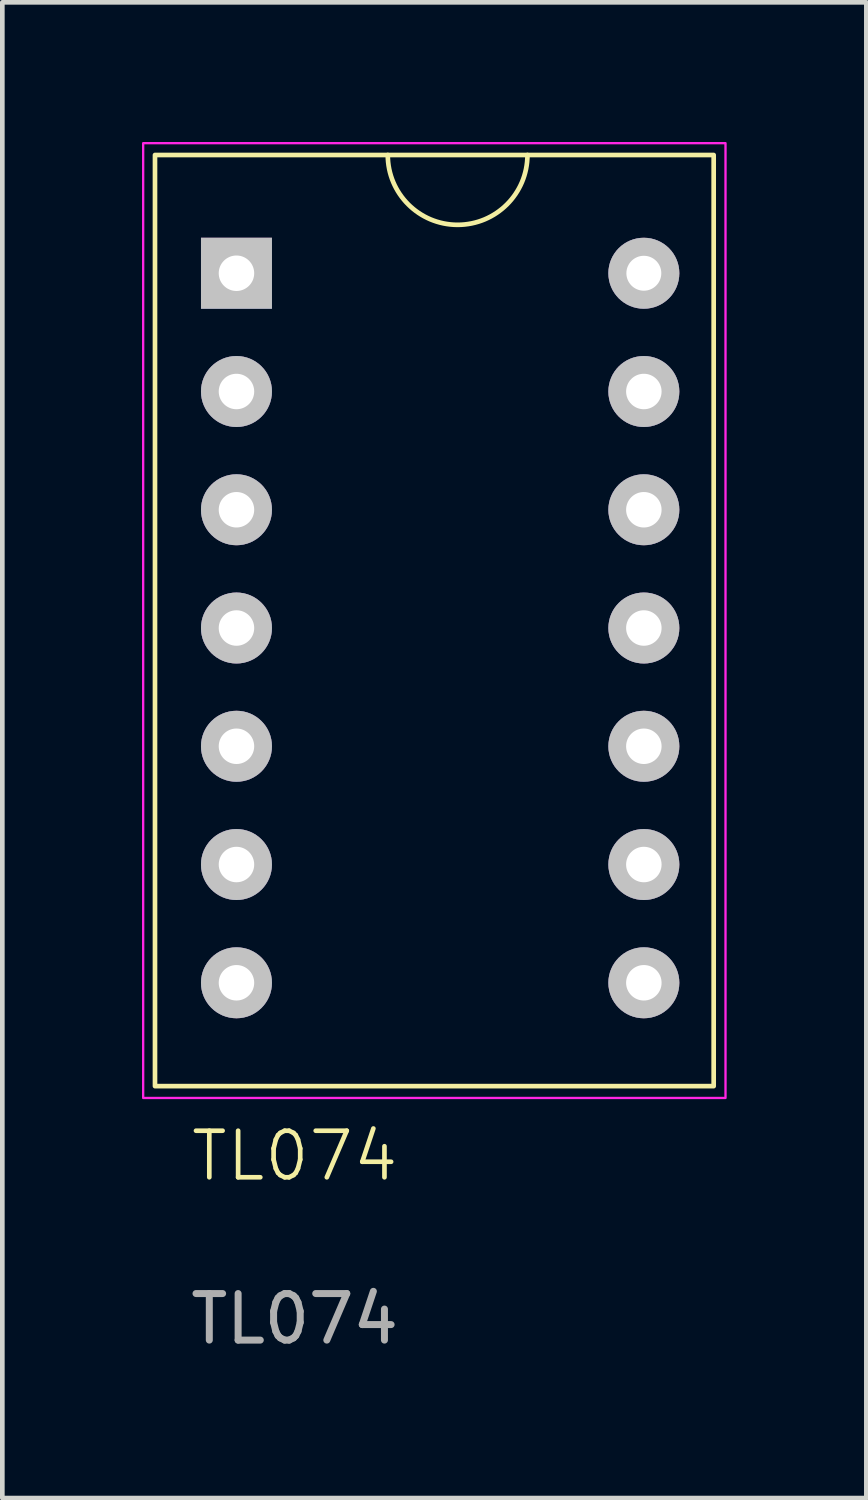
<source format=kicad_pcb>
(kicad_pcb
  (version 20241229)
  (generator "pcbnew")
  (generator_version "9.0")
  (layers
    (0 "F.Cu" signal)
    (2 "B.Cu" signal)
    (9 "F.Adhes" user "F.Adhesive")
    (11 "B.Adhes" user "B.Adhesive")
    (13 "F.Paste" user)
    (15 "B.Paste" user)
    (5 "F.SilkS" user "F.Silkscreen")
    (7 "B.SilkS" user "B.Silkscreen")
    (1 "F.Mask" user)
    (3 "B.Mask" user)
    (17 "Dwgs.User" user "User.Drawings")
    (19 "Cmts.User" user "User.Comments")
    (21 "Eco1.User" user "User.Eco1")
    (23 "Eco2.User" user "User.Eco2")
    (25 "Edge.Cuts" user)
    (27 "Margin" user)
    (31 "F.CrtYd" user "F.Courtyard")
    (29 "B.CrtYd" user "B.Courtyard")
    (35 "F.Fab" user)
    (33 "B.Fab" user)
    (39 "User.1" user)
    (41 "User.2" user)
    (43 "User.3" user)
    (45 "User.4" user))
  (footprint "TL074"
    (layer "F.Cu")
    (at 0.279 0.279)
    (property "Reference" "TL074" (at 3 21.5 0) (unlocked yes) (layer "F.SilkS") (effects (font (size 1 1) (thickness 0.1))))
    (attr through_hole)
    (fp_rect (start 0 0) (end 12 20) (stroke (width 0.1) (type default)) (fill no) (layer "F.SilkS"))
    (fp_arc (start 8 0) (mid 6.5 1.5) (end 5 0) (stroke (width 0.1) (type default)) (layer "F.SilkS"))
    (fp_rect (start -0.254 -0.254) (end 12.254 20.254) (stroke (width 0.05) (type default)) (fill no) (layer "F.CrtYd"))
    (fp_text user "${REFERENCE}" (at 3 25 0) (unlocked yes) (layer "F.Fab") (effects (font (size 1 1) (thickness 0.15))))
    (pad "1" thru_hole rect (at 1.75 2.54) (size 1.524 1.524) (drill 0.762) (layers "*.Cu" "*.Mask" "Dwgs.User"))
    (pad "2" thru_hole circle (at 1.75 5.08) (size 1.524 1.524) (drill 0.762) (layers "*.Cu" "*.Mask" "Dwgs.User"))
    (pad "3" thru_hole circle (at 1.75 7.62) (size 1.524 1.524) (drill 0.762) (layers "*.Cu" "*.Mask" "Dwgs.User"))
    (pad "4" thru_hole circle (at 1.75 10.16) (size 1.524 1.524) (drill 0.762) (layers "*.Cu" "*.Mask" "Dwgs.User"))
    (pad "5" thru_hole circle (at 1.75 12.7) (size 1.524 1.524) (drill 0.762) (layers "*.Cu" "*.Mask" "Dwgs.User"))
    (pad "6" thru_hole circle (at 1.75 15.24) (size 1.524 1.524) (drill 0.762) (layers "*.Cu" "*.Mask" "Dwgs.User"))
    (pad "7" thru_hole circle (at 1.75 17.78) (size 1.524 1.524) (drill 0.762) (layers "*.Cu" "*.Mask" "Dwgs.User"))
    (pad "8" thru_hole circle (at 10.5 17.78) (size 1.524 1.524) (drill 0.762) (layers "*.Cu" "*.Mask" "Dwgs.User"))
    (pad "9" thru_hole circle (at 10.5 15.24) (size 1.524 1.524) (drill 0.762) (layers "*.Cu" "*.Mask" "Dwgs.User"))
    (pad "10" thru_hole circle (at 10.5 12.7) (size 1.524 1.524) (drill 0.762) (layers "*.Cu" "*.Mask" "Dwgs.User"))
    (pad "11" thru_hole circle (at 10.5 10.16) (size 1.524 1.524) (drill 0.762) (layers "*.Cu" "*.Mask" "Dwgs.User"))
    (pad "12" thru_hole circle (at 10.5 7.62) (size 1.524 1.524) (drill 0.762) (layers "*.Cu" "*.Mask" "Dwgs.User"))
    (pad "13" thru_hole circle (at 10.5 5.08) (size 1.524 1.524) (drill 0.762) (layers "*.Cu" "*.Mask" "Dwgs.User"))
    (pad "14" thru_hole circle (at 10.5 2.54) (size 1.524 1.524) (drill 0.75) (layers "*.Cu" "*.Mask" "Dwgs.User")))
  (gr_rect
    (start -3 -3)
    (end 15.558 29.127)
    (stroke (width 0.1) (type default))
    (fill no)
    (layer "Edge.Cuts")))
</source>
